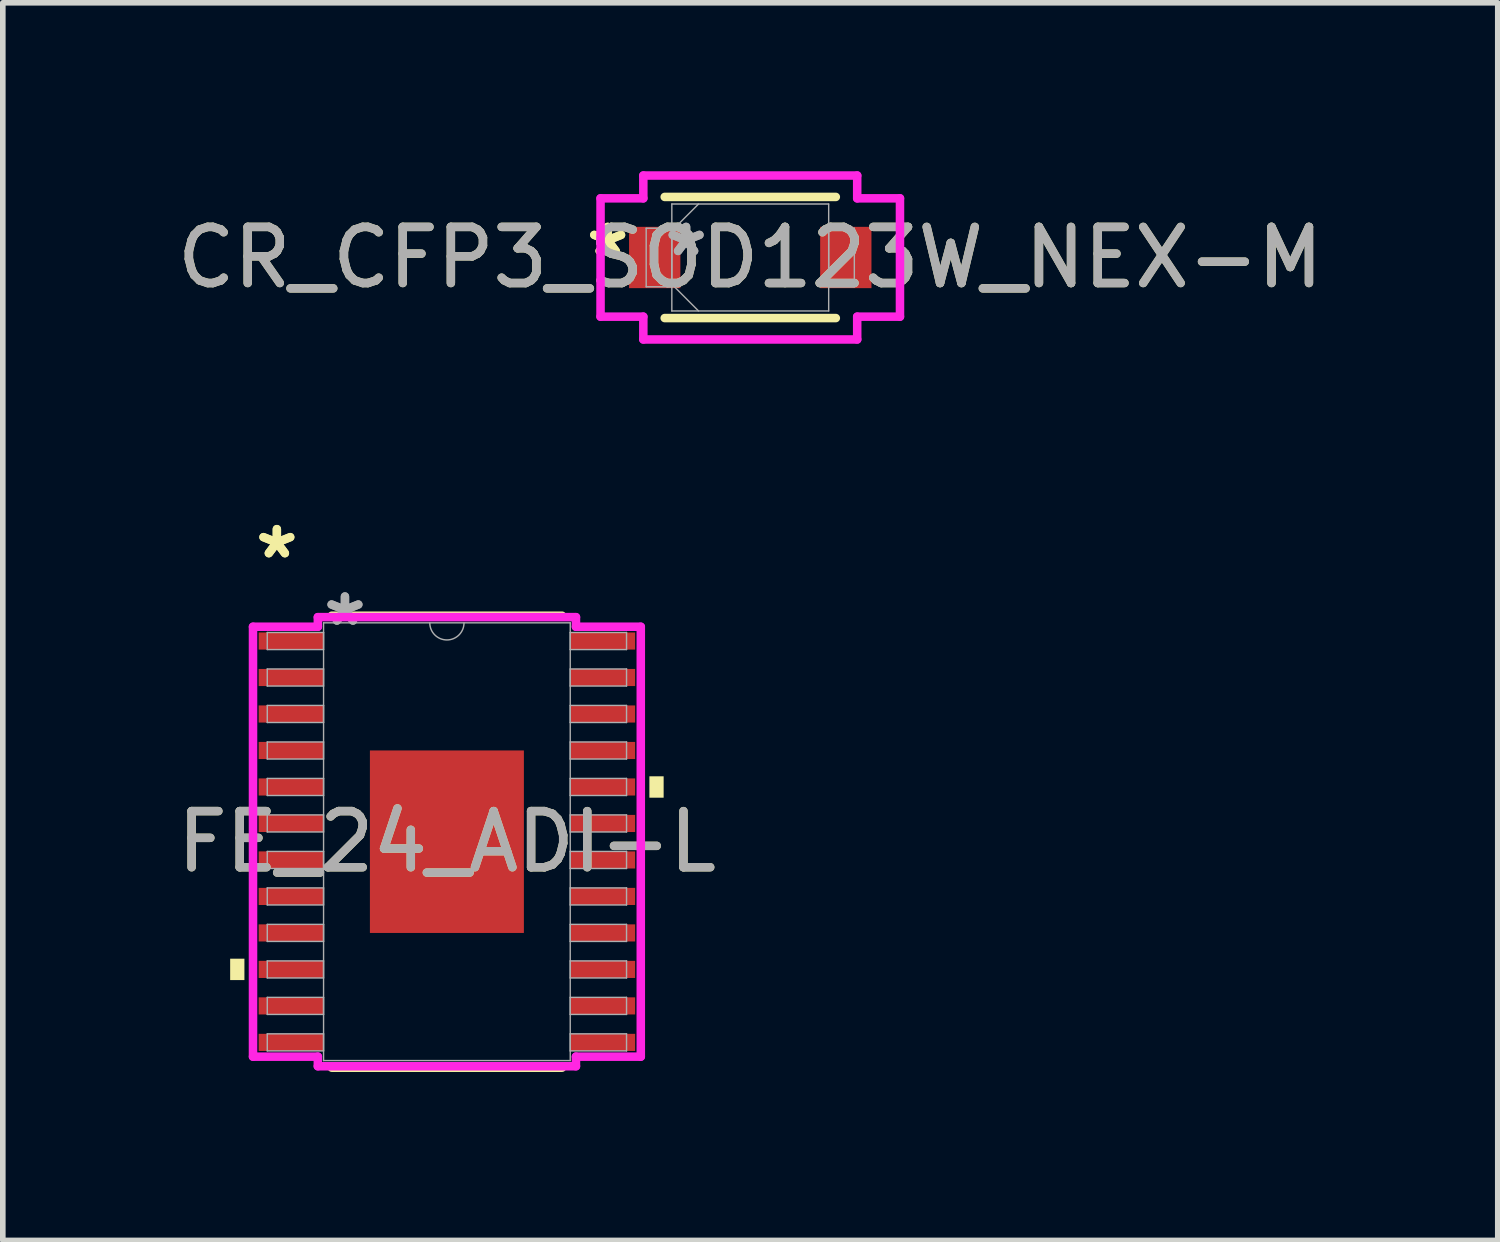
<source format=kicad_pcb>
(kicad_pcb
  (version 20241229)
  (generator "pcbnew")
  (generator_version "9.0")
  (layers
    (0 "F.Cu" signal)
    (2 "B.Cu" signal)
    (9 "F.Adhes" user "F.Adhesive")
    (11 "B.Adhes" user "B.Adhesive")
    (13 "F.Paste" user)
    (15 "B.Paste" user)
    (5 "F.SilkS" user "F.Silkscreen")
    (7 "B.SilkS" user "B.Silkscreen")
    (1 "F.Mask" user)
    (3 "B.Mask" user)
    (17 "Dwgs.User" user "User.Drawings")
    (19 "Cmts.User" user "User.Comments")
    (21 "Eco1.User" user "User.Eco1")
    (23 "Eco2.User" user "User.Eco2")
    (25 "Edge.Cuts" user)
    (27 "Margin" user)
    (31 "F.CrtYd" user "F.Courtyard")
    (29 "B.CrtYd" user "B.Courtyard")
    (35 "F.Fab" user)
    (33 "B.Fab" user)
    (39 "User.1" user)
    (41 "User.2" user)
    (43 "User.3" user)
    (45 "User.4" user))
  (footprint "FE_24_ADI-L"
    (layer "F.Cu")
    (at 4.911 11.944)
    (property "Reference" "FE_24_ADI-L" (at 0 0 0) (unlocked yes) (layer "F.SilkS") (effects (font (size 1 1) (thickness 0.15))))
    (attr smd)
    (fp_line (start -2.05 4.026) (end 2.05 4.026) (stroke (width 0.152) (type solid)) (layer "F.SilkS"))
    (fp_line (start 2.05 -4.026) (end -2.05 -4.026) (stroke (width 0.152) (type solid)) (layer "F.SilkS"))
    (fp_poly (pts (xy -3.861 2.084) (xy -3.861 2.465) (xy -3.607 2.465) (xy -3.607 2.084)) (stroke (width 0) (type solid)) (fill yes) (layer "F.SilkS"))
    (fp_poly (pts (xy 3.861 -1.165) (xy 3.861 -0.784) (xy 3.607 -0.784) (xy 3.607 -1.165)) (stroke (width 0) (type solid)) (fill yes) (layer "F.SilkS"))
    (fp_poly (pts (xy -1.272 -1.526) (xy -1.272 -0.1) (xy -0.1 -0.1) (xy -0.1 -1.526)) (stroke (width 0) (type solid)) (fill yes) (layer "F.Paste"))
    (fp_poly (pts (xy -1.272 0.1) (xy -1.272 1.526) (xy -0.1 1.526) (xy -0.1 0.1)) (stroke (width 0) (type solid)) (fill yes) (layer "F.Paste"))
    (fp_poly (pts (xy 0.1 -1.526) (xy 0.1 -0.1) (xy 1.272 -0.1) (xy 1.272 -1.526)) (stroke (width 0) (type solid)) (fill yes) (layer "F.Paste"))
    (fp_poly (pts (xy 0.1 0.1) (xy 0.1 1.526) (xy 1.272 1.526) (xy 1.272 0.1)) (stroke (width 0) (type solid)) (fill yes) (layer "F.Paste"))
    (fp_line (start -3.454 -3.829) (end -2.299 -3.829) (stroke (width 0.152) (type solid)) (layer "F.CrtYd"))
    (fp_line (start -3.454 3.829) (end -3.454 -3.829) (stroke (width 0.152) (type solid)) (layer "F.CrtYd"))
    (fp_line (start -3.454 3.829) (end -2.299 3.829) (stroke (width 0.152) (type solid)) (layer "F.CrtYd"))
    (fp_line (start -2.299 -4) (end 2.299 -4) (stroke (width 0.152) (type solid)) (layer "F.CrtYd"))
    (fp_line (start -2.299 -3.829) (end -2.299 -4) (stroke (width 0.152) (type solid)) (layer "F.CrtYd"))
    (fp_line (start -2.299 4) (end -2.299 3.829) (stroke (width 0.152) (type solid)) (layer "F.CrtYd"))
    (fp_line (start 2.299 -4) (end 2.299 -3.829) (stroke (width 0.152) (type solid)) (layer "F.CrtYd"))
    (fp_line (start 2.299 3.829) (end 2.299 4) (stroke (width 0.152) (type solid)) (layer "F.CrtYd"))
    (fp_line (start 2.299 4) (end -2.299 4) (stroke (width 0.152) (type solid)) (layer "F.CrtYd"))
    (fp_line (start 3.454 -3.829) (end 2.299 -3.829) (stroke (width 0.152) (type solid)) (layer "F.CrtYd"))
    (fp_line (start 3.454 -3.829) (end 3.454 3.829) (stroke (width 0.152) (type solid)) (layer "F.CrtYd"))
    (fp_line (start 3.454 3.829) (end 2.299 3.829) (stroke (width 0.152) (type solid)) (layer "F.CrtYd"))
    (fp_line (start -3.2 -3.727) (end -3.2 -3.423) (stroke (width 0.025) (type solid)) (layer "F.Fab"))
    (fp_line (start -3.2 -3.423) (end -2.197 -3.423) (stroke (width 0.025) (type solid)) (layer "F.Fab"))
    (fp_line (start -3.2 -3.077) (end -3.2 -2.773) (stroke (width 0.025) (type solid)) (layer "F.Fab"))
    (fp_line (start -3.2 -2.773) (end -2.197 -2.773) (stroke (width 0.025) (type solid)) (layer "F.Fab"))
    (fp_line (start -3.2 -2.427) (end -3.2 -2.123) (stroke (width 0.025) (type solid)) (layer "F.Fab"))
    (fp_line (start -3.2 -2.123) (end -2.197 -2.123) (stroke (width 0.025) (type solid)) (layer "F.Fab"))
    (fp_line (start -3.2 -1.777) (end -3.2 -1.473) (stroke (width 0.025) (type solid)) (layer "F.Fab"))
    (fp_line (start -3.2 -1.473) (end -2.197 -1.473) (stroke (width 0.025) (type solid)) (layer "F.Fab"))
    (fp_line (start -3.2 -1.127) (end -3.2 -0.823) (stroke (width 0.025) (type solid)) (layer "F.Fab"))
    (fp_line (start -3.2 -0.823) (end -2.197 -0.823) (stroke (width 0.025) (type solid)) (layer "F.Fab"))
    (fp_line (start -3.2 -0.477) (end -3.2 -0.173) (stroke (width 0.025) (type solid)) (layer "F.Fab"))
    (fp_line (start -3.2 -0.173) (end -2.197 -0.173) (stroke (width 0.025) (type solid)) (layer "F.Fab"))
    (fp_line (start -3.2 0.173) (end -3.2 0.477) (stroke (width 0.025) (type solid)) (layer "F.Fab"))
    (fp_line (start -3.2 0.477) (end -2.197 0.477) (stroke (width 0.025) (type solid)) (layer "F.Fab"))
    (fp_line (start -3.2 0.823) (end -3.2 1.127) (stroke (width 0.025) (type solid)) (layer "F.Fab"))
    (fp_line (start -3.2 1.127) (end -2.197 1.127) (stroke (width 0.025) (type solid)) (layer "F.Fab"))
    (fp_line (start -3.2 1.473) (end -3.2 1.777) (stroke (width 0.025) (type solid)) (layer "F.Fab"))
    (fp_line (start -3.2 1.777) (end -2.197 1.777) (stroke (width 0.025) (type solid)) (layer "F.Fab"))
    (fp_line (start -3.2 2.123) (end -3.2 2.427) (stroke (width 0.025) (type solid)) (layer "F.Fab"))
    (fp_line (start -3.2 2.427) (end -2.197 2.427) (stroke (width 0.025) (type solid)) (layer "F.Fab"))
    (fp_line (start -3.2 2.773) (end -3.2 3.077) (stroke (width 0.025) (type solid)) (layer "F.Fab"))
    (fp_line (start -3.2 3.077) (end -2.197 3.077) (stroke (width 0.025) (type solid)) (layer "F.Fab"))
    (fp_line (start -3.2 3.423) (end -3.2 3.727) (stroke (width 0.025) (type solid)) (layer "F.Fab"))
    (fp_line (start -3.2 3.727) (end -2.197 3.727) (stroke (width 0.025) (type solid)) (layer "F.Fab"))
    (fp_line (start -2.197 -3.899) (end -2.197 3.899) (stroke (width 0.025) (type solid)) (layer "F.Fab"))
    (fp_line (start -2.197 -3.727) (end -3.2 -3.727) (stroke (width 0.025) (type solid)) (layer "F.Fab"))
    (fp_line (start -2.197 -3.423) (end -2.197 -3.727) (stroke (width 0.025) (type solid)) (layer "F.Fab"))
    (fp_line (start -2.197 -3.077) (end -3.2 -3.077) (stroke (width 0.025) (type solid)) (layer "F.Fab"))
    (fp_line (start -2.197 -2.773) (end -2.197 -3.077) (stroke (width 0.025) (type solid)) (layer "F.Fab"))
    (fp_line (start -2.197 -2.427) (end -3.2 -2.427) (stroke (width 0.025) (type solid)) (layer "F.Fab"))
    (fp_line (start -2.197 -2.123) (end -2.197 -2.427) (stroke (width 0.025) (type solid)) (layer "F.Fab"))
    (fp_line (start -2.197 -1.777) (end -3.2 -1.777) (stroke (width 0.025) (type solid)) (layer "F.Fab"))
    (fp_line (start -2.197 -1.473) (end -2.197 -1.777) (stroke (width 0.025) (type solid)) (layer "F.Fab"))
    (fp_line (start -2.197 -1.127) (end -3.2 -1.127) (stroke (width 0.025) (type solid)) (layer "F.Fab"))
    (fp_line (start -2.197 -0.823) (end -2.197 -1.127) (stroke (width 0.025) (type solid)) (layer "F.Fab"))
    (fp_line (start -2.197 -0.477) (end -3.2 -0.477) (stroke (width 0.025) (type solid)) (layer "F.Fab"))
    (fp_line (start -2.197 -0.173) (end -2.197 -0.477) (stroke (width 0.025) (type solid)) (layer "F.Fab"))
    (fp_line (start -2.197 0.173) (end -3.2 0.173) (stroke (width 0.025) (type solid)) (layer "F.Fab"))
    (fp_line (start -2.197 0.477) (end -2.197 0.173) (stroke (width 0.025) (type solid)) (layer "F.Fab"))
    (fp_line (start -2.197 0.823) (end -3.2 0.823) (stroke (width 0.025) (type solid)) (layer "F.Fab"))
    (fp_line (start -2.197 1.127) (end -2.197 0.823) (stroke (width 0.025) (type solid)) (layer "F.Fab"))
    (fp_line (start -2.197 1.473) (end -3.2 1.473) (stroke (width 0.025) (type solid)) (layer "F.Fab"))
    (fp_line (start -2.197 1.777) (end -2.197 1.473) (stroke (width 0.025) (type solid)) (layer "F.Fab"))
    (fp_line (start -2.197 2.123) (end -3.2 2.123) (stroke (width 0.025) (type solid)) (layer "F.Fab"))
    (fp_line (start -2.197 2.427) (end -2.197 2.123) (stroke (width 0.025) (type solid)) (layer "F.Fab"))
    (fp_line (start -2.197 2.773) (end -3.2 2.773) (stroke (width 0.025) (type solid)) (layer "F.Fab"))
    (fp_line (start -2.197 3.077) (end -2.197 2.773) (stroke (width 0.025) (type solid)) (layer "F.Fab"))
    (fp_line (start -2.197 3.423) (end -3.2 3.423) (stroke (width 0.025) (type solid)) (layer "F.Fab"))
    (fp_line (start -2.197 3.727) (end -2.197 3.423) (stroke (width 0.025) (type solid)) (layer "F.Fab"))
    (fp_line (start -2.197 3.899) (end 2.197 3.899) (stroke (width 0.025) (type solid)) (layer "F.Fab"))
    (fp_line (start 2.197 -3.899) (end -2.197 -3.899) (stroke (width 0.025) (type solid)) (layer "F.Fab"))
    (fp_line (start 2.197 -3.727) (end 2.197 -3.423) (stroke (width 0.025) (type solid)) (layer "F.Fab"))
    (fp_line (start 2.197 -3.423) (end 3.2 -3.423) (stroke (width 0.025) (type solid)) (layer "F.Fab"))
    (fp_line (start 2.197 -3.077) (end 2.197 -2.773) (stroke (width 0.025) (type solid)) (layer "F.Fab"))
    (fp_line (start 2.197 -2.773) (end 3.2 -2.773) (stroke (width 0.025) (type solid)) (layer "F.Fab"))
    (fp_line (start 2.197 -2.427) (end 2.197 -2.123) (stroke (width 0.025) (type solid)) (layer "F.Fab"))
    (fp_line (start 2.197 -2.123) (end 3.2 -2.123) (stroke (width 0.025) (type solid)) (layer "F.Fab"))
    (fp_line (start 2.197 -1.777) (end 2.197 -1.473) (stroke (width 0.025) (type solid)) (layer "F.Fab"))
    (fp_line (start 2.197 -1.473) (end 3.2 -1.473) (stroke (width 0.025) (type solid)) (layer "F.Fab"))
    (fp_line (start 2.197 -1.127) (end 2.197 -0.823) (stroke (width 0.025) (type solid)) (layer "F.Fab"))
    (fp_line (start 2.197 -0.823) (end 3.2 -0.823) (stroke (width 0.025) (type solid)) (layer "F.Fab"))
    (fp_line (start 2.197 -0.477) (end 2.197 -0.173) (stroke (width 0.025) (type solid)) (layer "F.Fab"))
    (fp_line (start 2.197 -0.173) (end 3.2 -0.173) (stroke (width 0.025) (type solid)) (layer "F.Fab"))
    (fp_line (start 2.197 0.173) (end 2.197 0.477) (stroke (width 0.025) (type solid)) (layer "F.Fab"))
    (fp_line (start 2.197 0.477) (end 3.2 0.477) (stroke (width 0.025) (type solid)) (layer "F.Fab"))
    (fp_line (start 2.197 0.823) (end 2.197 1.127) (stroke (width 0.025) (type solid)) (layer "F.Fab"))
    (fp_line (start 2.197 1.127) (end 3.2 1.127) (stroke (width 0.025) (type solid)) (layer "F.Fab"))
    (fp_line (start 2.197 1.473) (end 2.197 1.777) (stroke (width 0.025) (type solid)) (layer "F.Fab"))
    (fp_line (start 2.197 1.777) (end 3.2 1.777) (stroke (width 0.025) (type solid)) (layer "F.Fab"))
    (fp_line (start 2.197 2.123) (end 2.197 2.427) (stroke (width 0.025) (type solid)) (layer "F.Fab"))
    (fp_line (start 2.197 2.427) (end 3.2 2.427) (stroke (width 0.025) (type solid)) (layer "F.Fab"))
    (fp_line (start 2.197 2.773) (end 2.197 3.077) (stroke (width 0.025) (type solid)) (layer "F.Fab"))
    (fp_line (start 2.197 3.077) (end 3.2 3.077) (stroke (width 0.025) (type solid)) (layer "F.Fab"))
    (fp_line (start 2.197 3.423) (end 2.197 3.727) (stroke (width 0.025) (type solid)) (layer "F.Fab"))
    (fp_line (start 2.197 3.727) (end 3.2 3.727) (stroke (width 0.025) (type solid)) (layer "F.Fab"))
    (fp_line (start 2.197 3.899) (end 2.197 -3.899) (stroke (width 0.025) (type solid)) (layer "F.Fab"))
    (fp_line (start 3.2 -3.727) (end 2.197 -3.727) (stroke (width 0.025) (type solid)) (layer "F.Fab"))
    (fp_line (start 3.2 -3.423) (end 3.2 -3.727) (stroke (width 0.025) (type solid)) (layer "F.Fab"))
    (fp_line (start 3.2 -3.077) (end 2.197 -3.077) (stroke (width 0.025) (type solid)) (layer "F.Fab"))
    (fp_line (start 3.2 -2.773) (end 3.2 -3.077) (stroke (width 0.025) (type solid)) (layer "F.Fab"))
    (fp_line (start 3.2 -2.427) (end 2.197 -2.427) (stroke (width 0.025) (type solid)) (layer "F.Fab"))
    (fp_line (start 3.2 -2.123) (end 3.2 -2.427) (stroke (width 0.025) (type solid)) (layer "F.Fab"))
    (fp_line (start 3.2 -1.777) (end 2.197 -1.777) (stroke (width 0.025) (type solid)) (layer "F.Fab"))
    (fp_line (start 3.2 -1.473) (end 3.2 -1.777) (stroke (width 0.025) (type solid)) (layer "F.Fab"))
    (fp_line (start 3.2 -1.127) (end 2.197 -1.127) (stroke (width 0.025) (type solid)) (layer "F.Fab"))
    (fp_line (start 3.2 -0.823) (end 3.2 -1.127) (stroke (width 0.025) (type solid)) (layer "F.Fab"))
    (fp_line (start 3.2 -0.477) (end 2.197 -0.477) (stroke (width 0.025) (type solid)) (layer "F.Fab"))
    (fp_line (start 3.2 -0.173) (end 3.2 -0.477) (stroke (width 0.025) (type solid)) (layer "F.Fab"))
    (fp_line (start 3.2 0.173) (end 2.197 0.173) (stroke (width 0.025) (type solid)) (layer "F.Fab"))
    (fp_line (start 3.2 0.477) (end 3.2 0.173) (stroke (width 0.025) (type solid)) (layer "F.Fab"))
    (fp_line (start 3.2 0.823) (end 2.197 0.823) (stroke (width 0.025) (type solid)) (layer "F.Fab"))
    (fp_line (start 3.2 1.127) (end 3.2 0.823) (stroke (width 0.025) (type solid)) (layer "F.Fab"))
    (fp_line (start 3.2 1.473) (end 2.197 1.473) (stroke (width 0.025) (type solid)) (layer "F.Fab"))
    (fp_line (start 3.2 1.777) (end 3.2 1.473) (stroke (width 0.025) (type solid)) (layer "F.Fab"))
    (fp_line (start 3.2 2.123) (end 2.197 2.123) (stroke (width 0.025) (type solid)) (layer "F.Fab"))
    (fp_line (start 3.2 2.427) (end 3.2 2.123) (stroke (width 0.025) (type solid)) (layer "F.Fab"))
    (fp_line (start 3.2 2.773) (end 2.197 2.773) (stroke (width 0.025) (type solid)) (layer "F.Fab"))
    (fp_line (start 3.2 3.077) (end 3.2 2.773) (stroke (width 0.025) (type solid)) (layer "F.Fab"))
    (fp_line (start 3.2 3.423) (end 2.197 3.423) (stroke (width 0.025) (type solid)) (layer "F.Fab"))
    (fp_line (start 3.2 3.727) (end 3.2 3.423) (stroke (width 0.025) (type solid)) (layer "F.Fab"))
    (fp_arc (start 0.3048 -3.8989) (mid 0 -3.5941) (end -0.3048 -3.8989) (stroke (width 0.0254) (type solid)) (layer "F.Fab"))
    (fp_text user "*" (at -3.029 -5.023 0) (unlocked yes) (layer "F.SilkS") (effects (font (size 1 1) (thickness 0.15))))
    (fp_text user "*" (at -3.029 -5.023 0) (layer "F.SilkS") (effects (font (size 1 1) (thickness 0.15))))
    (fp_text user "*" (at -1.816 -3.823 0) (unlocked yes) (layer "F.Fab") (effects (font (size 1 1) (thickness 0.15))))
    (fp_text user "*" (at -1.816 -3.823 0) (layer "F.Fab") (effects (font (size 1 1) (thickness 0.15))))
    (fp_text user "${REFERENCE}" (at 0 0 0) (unlocked yes) (layer "F.Fab") (effects (font (size 1 1) (thickness 0.15))))
    (pad "1" smd rect (at -2.775 -3.575) (size 1.156 0.305) (layers "F.Cu" "F.Mask" "F.Paste"))
    (pad "2" smd rect (at -2.775 -2.925) (size 1.156 0.305) (layers "F.Cu" "F.Mask" "F.Paste"))
    (pad "3" smd rect (at -2.775 -2.275) (size 1.156 0.305) (layers "F.Cu" "F.Mask" "F.Paste"))
    (pad "4" smd rect (at -2.775 -1.625) (size 1.156 0.305) (layers "F.Cu" "F.Mask" "F.Paste"))
    (pad "5" smd rect (at -2.775 -0.975) (size 1.156 0.305) (layers "F.Cu" "F.Mask" "F.Paste"))
    (pad "6" smd rect (at -2.775 -0.325) (size 1.156 0.305) (layers "F.Cu" "F.Mask" "F.Paste"))
    (pad "7" smd rect (at -2.775 0.325) (size 1.156 0.305) (layers "F.Cu" "F.Mask" "F.Paste"))
    (pad "8" smd rect (at -2.775 0.975) (size 1.156 0.305) (layers "F.Cu" "F.Mask" "F.Paste"))
    (pad "9" smd rect (at -2.775 1.625) (size 1.156 0.305) (layers "F.Cu" "F.Mask" "F.Paste"))
    (pad "10" smd rect (at -2.775 2.275) (size 1.156 0.305) (layers "F.Cu" "F.Mask" "F.Paste"))
    (pad "11" smd rect (at -2.775 2.925) (size 1.156 0.305) (layers "F.Cu" "F.Mask" "F.Paste"))
    (pad "12" smd rect (at -2.775 3.575) (size 1.156 0.305) (layers "F.Cu" "F.Mask" "F.Paste"))
    (pad "13" smd rect (at 2.775 3.575) (size 1.156 0.305) (layers "F.Cu" "F.Mask" "F.Paste"))
    (pad "14" smd rect (at 2.775 2.925) (size 1.156 0.305) (layers "F.Cu" "F.Mask" "F.Paste"))
    (pad "15" smd rect (at 2.775 2.275) (size 1.156 0.305) (layers "F.Cu" "F.Mask" "F.Paste"))
    (pad "16" smd rect (at 2.775 1.625) (size 1.156 0.305) (layers "F.Cu" "F.Mask" "F.Paste"))
    (pad "17" smd rect (at 2.775 0.975) (size 1.156 0.305) (layers "F.Cu" "F.Mask" "F.Paste"))
    (pad "18" smd rect (at 2.775 0.325) (size 1.156 0.305) (layers "F.Cu" "F.Mask" "F.Paste"))
    (pad "19" smd rect (at 2.775 -0.325) (size 1.156 0.305) (layers "F.Cu" "F.Mask" "F.Paste"))
    (pad "20" smd rect (at 2.775 -0.975) (size 1.156 0.305) (layers "F.Cu" "F.Mask" "F.Paste"))
    (pad "21" smd rect (at 2.775 -1.625) (size 1.156 0.305) (layers "F.Cu" "F.Mask" "F.Paste"))
    (pad "22" smd rect (at 2.775 -2.275) (size 1.156 0.305) (layers "F.Cu" "F.Mask" "F.Paste"))
    (pad "23" smd rect (at 2.775 -2.925) (size 1.156 0.305) (layers "F.Cu" "F.Mask" "F.Paste"))
    (pad "24" smd rect (at 2.775 -3.575) (size 1.156 0.305) (layers "F.Cu" "F.Mask" "F.Paste"))
    (pad "EPAD" smd rect (at 0 0) (size 2.743 3.251) (layers "F.Cu" "F.Mask")))
  (footprint "CR_CFP3_SOD123W_NEX-M"
    (layer "F.Cu")
    (at 10.315 1.537)
    (property "Reference" "CR_CFP3_SOD123W_NEX-M" (at 0 0 0) (unlocked yes) (layer "F.SilkS") (effects (font (size 1 1) (thickness 0.15))))
    (attr smd)
    (fp_line (start -1.524 1.079) (end 1.524 1.079) (stroke (width 0.152) (type solid)) (layer "F.SilkS"))
    (fp_line (start 1.524 -1.079) (end -1.524 -1.079) (stroke (width 0.152) (type solid)) (layer "F.SilkS"))
    (fp_line (start -2.667 -1.054) (end -1.905 -1.054) (stroke (width 0.152) (type solid)) (layer "F.CrtYd"))
    (fp_line (start -2.667 1.054) (end -2.667 -1.054) (stroke (width 0.152) (type solid)) (layer "F.CrtYd"))
    (fp_line (start -1.905 -1.46) (end 1.905 -1.46) (stroke (width 0.152) (type solid)) (layer "F.CrtYd"))
    (fp_line (start -1.905 -1.054) (end -1.905 -1.46) (stroke (width 0.152) (type solid)) (layer "F.CrtYd"))
    (fp_line (start -1.905 1.054) (end -2.667 1.054) (stroke (width 0.152) (type solid)) (layer "F.CrtYd"))
    (fp_line (start -1.905 1.46) (end -1.905 1.054) (stroke (width 0.152) (type solid)) (layer "F.CrtYd"))
    (fp_line (start 1.905 -1.46) (end 1.905 -1.054) (stroke (width 0.152) (type solid)) (layer "F.CrtYd"))
    (fp_line (start 1.905 -1.054) (end 2.667 -1.054) (stroke (width 0.152) (type solid)) (layer "F.CrtYd"))
    (fp_line (start 1.905 1.054) (end 1.905 1.46) (stroke (width 0.152) (type solid)) (layer "F.CrtYd"))
    (fp_line (start 1.905 1.46) (end -1.905 1.46) (stroke (width 0.152) (type solid)) (layer "F.CrtYd"))
    (fp_line (start 2.667 -1.054) (end 2.667 1.054) (stroke (width 0.152) (type solid)) (layer "F.CrtYd"))
    (fp_line (start 2.667 1.054) (end 1.905 1.054) (stroke (width 0.152) (type solid)) (layer "F.CrtYd"))
    (fp_line (start -1.854 -0.521) (end -1.854 0.521) (stroke (width 0.025) (type solid)) (layer "F.Fab"))
    (fp_line (start -1.854 0.521) (end -1.397 0.521) (stroke (width 0.025) (type solid)) (layer "F.Fab"))
    (fp_line (start -1.397 -0.953) (end -1.397 0.953) (stroke (width 0.025) (type solid)) (layer "F.Fab"))
    (fp_line (start -1.397 -0.521) (end -1.854 -0.521) (stroke (width 0.025) (type solid)) (layer "F.Fab"))
    (fp_line (start -1.397 -0.476) (end -0.921 -0.953) (stroke (width 0.025) (type solid)) (layer "F.Fab"))
    (fp_line (start -1.397 0.476) (end -0.921 0.953) (stroke (width 0.025) (type solid)) (layer "F.Fab"))
    (fp_line (start -1.397 0.521) (end -1.397 -0.521) (stroke (width 0.025) (type solid)) (layer "F.Fab"))
    (fp_line (start -1.397 0.953) (end 1.397 0.953) (stroke (width 0.025) (type solid)) (layer "F.Fab"))
    (fp_line (start 1.397 -0.953) (end -1.397 -0.953) (stroke (width 0.025) (type solid)) (layer "F.Fab"))
    (fp_line (start 1.397 -0.521) (end 1.397 0.521) (stroke (width 0.025) (type solid)) (layer "F.Fab"))
    (fp_line (start 1.397 0.521) (end 1.854 0.521) (stroke (width 0.025) (type solid)) (layer "F.Fab"))
    (fp_line (start 1.397 0.953) (end 1.397 -0.953) (stroke (width 0.025) (type solid)) (layer "F.Fab"))
    (fp_line (start 1.854 -0.521) (end 1.397 -0.521) (stroke (width 0.025) (type solid)) (layer "F.Fab"))
    (fp_line (start 1.854 0.521) (end 1.854 -0.521) (stroke (width 0.025) (type solid)) (layer "F.Fab"))
    (fp_text user "*" (at -2.54 0 0) (unlocked yes) (layer "F.SilkS") (effects (font (size 1 1) (thickness 0.15))))
    (fp_text user "*" (at -2.54 0 0) (layer "F.SilkS") (effects (font (size 1 1) (thickness 0.15))))
    (fp_text user "*" (at -1.143 0 0) (layer "F.Fab") (effects (font (size 1 1) (thickness 0.15))))
    (fp_text user "*" (at -1.143 0 0) (unlocked yes) (layer "F.Fab") (effects (font (size 1 1) (thickness 0.15))))
    (fp_text user "${REFERENCE}" (at 0 0 0) (unlocked yes) (layer "F.Fab") (effects (font (size 1 1) (thickness 0.15))))
    (pad "1" smd rect (at -1.702 0) (size 0.914 1.092) (layers "F.Cu" "F.Mask" "F.Paste"))
    (pad "2" smd rect (at 1.702 0) (size 0.914 1.092) (layers "F.Cu" "F.Mask" "F.Paste"))
    (zone (net_name "") (layer "F.Cu") (hatch full 0.508) (connect_pads) (min_thickness 0.254) (filled_areas_thickness no) (keepout (tracks not_allowed) (vias not_allowed) (pads allowed) (copperpour not_allowed) (footprints allowed)) (placement (enabled no)) (fill) (polygon (pts (xy 9.122 0.635) (xy 11.509 0.635) (xy 11.509 2.438) (xy 9.122 2.438)))))
  (gr_rect
    (start -3 -3)
    (end 23.631 19.047)
    (stroke (width 0.1) (type default))
    (fill no)
    (layer "Edge.Cuts")))
</source>
